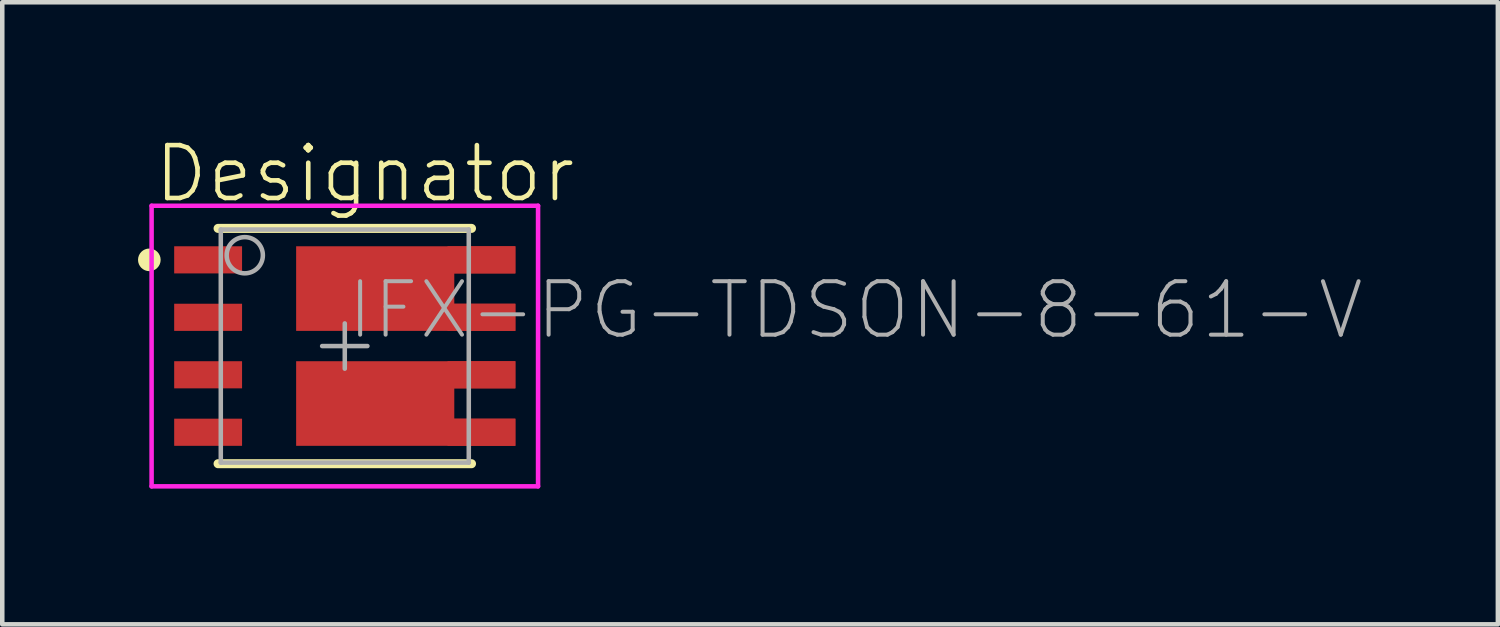
<source format=kicad_pcb>
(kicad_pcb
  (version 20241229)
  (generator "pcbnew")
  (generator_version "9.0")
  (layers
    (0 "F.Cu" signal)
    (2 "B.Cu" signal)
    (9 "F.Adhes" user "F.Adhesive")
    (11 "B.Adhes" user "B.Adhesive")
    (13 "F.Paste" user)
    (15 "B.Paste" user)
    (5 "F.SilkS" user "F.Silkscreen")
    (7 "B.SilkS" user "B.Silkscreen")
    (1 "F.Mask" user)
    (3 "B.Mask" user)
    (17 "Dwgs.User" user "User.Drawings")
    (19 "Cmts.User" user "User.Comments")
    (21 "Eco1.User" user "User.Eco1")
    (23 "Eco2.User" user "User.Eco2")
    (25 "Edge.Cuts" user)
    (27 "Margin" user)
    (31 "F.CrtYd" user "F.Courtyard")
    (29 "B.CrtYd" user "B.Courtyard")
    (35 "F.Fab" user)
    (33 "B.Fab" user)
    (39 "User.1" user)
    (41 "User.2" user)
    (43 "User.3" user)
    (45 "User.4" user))
  (footprint "IFX-PG-TDSON-8-61-V"
    (layer "F.Cu")
    (at 4.569 4.597)
    (property "Reference" "IFX-PG-TDSON-8-61-V" (at 0 -0.102 0) (unlocked yes) (layer "F.Fab") (effects (font (size 1.182 1.182) (thickness 0.088)) (justify left bottom)))
    (fp_poly (pts (xy 3.77 -1.605) (xy 2.42 -1.605) (xy 2.42 -0.935) (xy 3.77 -0.935) (xy 3.77 -0.335) (xy -1.075 -0.335) (xy -1.075 -2.205) (xy 3.77 -2.205)) (stroke (width 0) (type default)) (fill yes) (layer "F.Cu"))
    (fp_poly (pts (xy 3.77 0.935) (xy 2.42 0.935) (xy 2.42 1.605) (xy 3.77 1.605) (xy 3.77 2.205) (xy -1.075 2.205) (xy -1.075 0.335) (xy 3.77 0.335)) (stroke (width 0) (type default)) (fill yes) (layer "F.Cu"))
    (fp_poly (pts (xy 3.77 -1.605) (xy 2.42 -1.605) (xy 2.42 -0.935) (xy 3.77 -0.935) (xy 3.77 -0.335) (xy -1.075 -0.335) (xy -1.075 -2.205) (xy 3.77 -2.205)) (stroke (width 0) (type default)) (fill yes) (layer "F.Mask"))
    (fp_poly (pts (xy 3.77 0.935) (xy 2.42 0.935) (xy 2.42 1.605) (xy 3.77 1.605) (xy 3.77 2.205) (xy -1.075 2.205) (xy -1.075 0.335) (xy 3.77 0.335)) (stroke (width 0) (type default)) (fill yes) (layer "F.Mask"))
    (fp_line (start -2.8 -2.6) (end 2.8 -2.6) (stroke (width 0.2) (type solid)) (layer "F.SilkS"))
    (fp_line (start -2.8 2.6) (end 2.8 2.6) (stroke (width 0.2) (type solid)) (layer "F.SilkS"))
    (fp_circle (center -4.319 -1.905) (end -4.194 -1.905) (stroke (width 0.25) (type solid)) (fill no) (layer "F.SilkS"))
    (fp_poly (pts (xy -2.52 -1.655) (xy -3.72 -1.655) (xy -3.72 -2.155) (xy -2.52 -2.155)) (stroke (width 0) (type default)) (fill yes) (layer "F.Paste"))
    (fp_poly (pts (xy -2.52 -0.385) (xy -3.72 -0.385) (xy -3.72 -0.885) (xy -2.52 -0.885)) (stroke (width 0) (type default)) (fill yes) (layer "F.Paste"))
    (fp_poly (pts (xy -2.52 0.885) (xy -3.72 0.885) (xy -3.72 0.385) (xy -2.52 0.385)) (stroke (width 0) (type default)) (fill yes) (layer "F.Paste"))
    (fp_poly (pts (xy -2.52 2.155) (xy -3.72 2.155) (xy -3.72 1.655) (xy -2.52 1.655)) (stroke (width 0) (type default)) (fill yes) (layer "F.Paste"))
    (fp_poly (pts (xy 0.57 -0.57) (xy -0.83 -0.57) (xy -0.83 -1.97) (xy 0.57 -1.97)) (stroke (width 0) (type default)) (fill yes) (layer "F.Paste"))
    (fp_poly (pts (xy 0.57 1.97) (xy -0.83 1.97) (xy -0.83 0.57) (xy 0.57 0.57)) (stroke (width 0) (type default)) (fill yes) (layer "F.Paste"))
    (fp_poly (pts (xy 2.17 -0.57) (xy 0.77 -0.57) (xy 0.77 -1.97) (xy 2.17 -1.97)) (stroke (width 0) (type default)) (fill yes) (layer "F.Paste"))
    (fp_poly (pts (xy 2.17 1.97) (xy 0.77 1.97) (xy 0.77 0.57) (xy 2.17 0.57)) (stroke (width 0) (type default)) (fill yes) (layer "F.Paste"))
    (fp_poly (pts (xy 3.72 -1.655) (xy 2.52 -1.655) (xy 2.52 -2.155) (xy 3.72 -2.155)) (stroke (width 0) (type default)) (fill yes) (layer "F.Paste"))
    (fp_poly (pts (xy 3.72 -0.385) (xy 2.52 -0.385) (xy 2.52 -0.885) (xy 3.72 -0.885)) (stroke (width 0) (type default)) (fill yes) (layer "F.Paste"))
    (fp_poly (pts (xy 3.72 0.885) (xy 2.52 0.885) (xy 2.52 0.385) (xy 3.72 0.385)) (stroke (width 0) (type default)) (fill yes) (layer "F.Paste"))
    (fp_poly (pts (xy 3.72 2.155) (xy 2.52 2.155) (xy 2.52 1.655) (xy 3.72 1.655)) (stroke (width 0) (type default)) (fill yes) (layer "F.Paste"))
    (fp_line (start -4.269 3.1) (end -4.269 -3.1) (stroke (width 0.1) (type solid)) (layer "F.CrtYd"))
    (fp_line (start -4.269 -3.1) (end 4.271 -3.1) (stroke (width 0.1) (type solid)) (layer "F.CrtYd"))
    (fp_line (start -4.269 3.1) (end 4.271 3.1) (stroke (width 0.1) (type solid)) (layer "F.CrtYd"))
    (fp_line (start 4.271 3.1) (end 4.271 -3.1) (stroke (width 0.1) (type solid)) (layer "F.CrtYd"))
    (fp_line (start -2.74 -2.575) (end 2.74 -2.575) (stroke (width 0.1) (type solid)) (layer "F.Fab"))
    (fp_line (start -2.74 2.575) (end -2.74 -2.575) (stroke (width 0.1) (type solid)) (layer "F.Fab"))
    (fp_line (start -2.74 2.575) (end 2.74 2.575) (stroke (width 0.1) (type solid)) (layer "F.Fab"))
    (fp_line (start -0.5 0) (end 0.5 0) (stroke (width 0.1) (type solid)) (layer "F.Fab"))
    (fp_line (start 0 0.5) (end 0 -0.5) (stroke (width 0.1) (type solid)) (layer "F.Fab"))
    (fp_line (start 2.74 2.575) (end 2.74 -2.575) (stroke (width 0.1) (type solid)) (layer "F.Fab"))
    (fp_circle (center -2.21 -2.007) (end -1.81 -2.007) (stroke (width 0.1) (type solid)) (fill no) (layer "F.Fab"))
    (fp_text user "Designator" (at -4.267 -3.124 0) (layer "F.SilkS") (effects (font (size 1.168 1.168) (thickness 0.102)) (justify left bottom)))
    (pad "1" smd rect (at -3.02 -1.905 270) (size 0.6 1.5) (layers "F.Cu" "F.Mask"))
    (pad "2" smd rect (at -3.02 -0.635 270) (size 0.6 1.5) (layers "F.Cu" "F.Mask"))
    (pad "3" smd rect (at -3.02 0.635 270) (size 0.6 1.5) (layers "F.Cu" "F.Mask"))
    (pad "4" smd rect (at -3.02 1.905 270) (size 0.6 1.5) (layers "F.Cu" "F.Mask"))
    (pad "5" smd rect (at 3.02 1.905 270) (size 0.6 1.5) (layers "F.Cu"))
    (pad "6" smd rect (at 3.02 0.635 270) (size 0.6 1.5) (layers "F.Cu"))
    (pad "7" smd rect (at 3.02 -0.635 270) (size 0.6 1.5) (layers "F.Cu"))
    (pad "8" smd rect (at 3.02 -1.905 270) (size 0.6 1.5) (layers "F.Cu")))
  (gr_rect
    (start -3 -3)
    (end 30.05 10.747)
    (stroke (width 0.1) (type default))
    (fill no)
    (layer "Edge.Cuts")))
</source>
